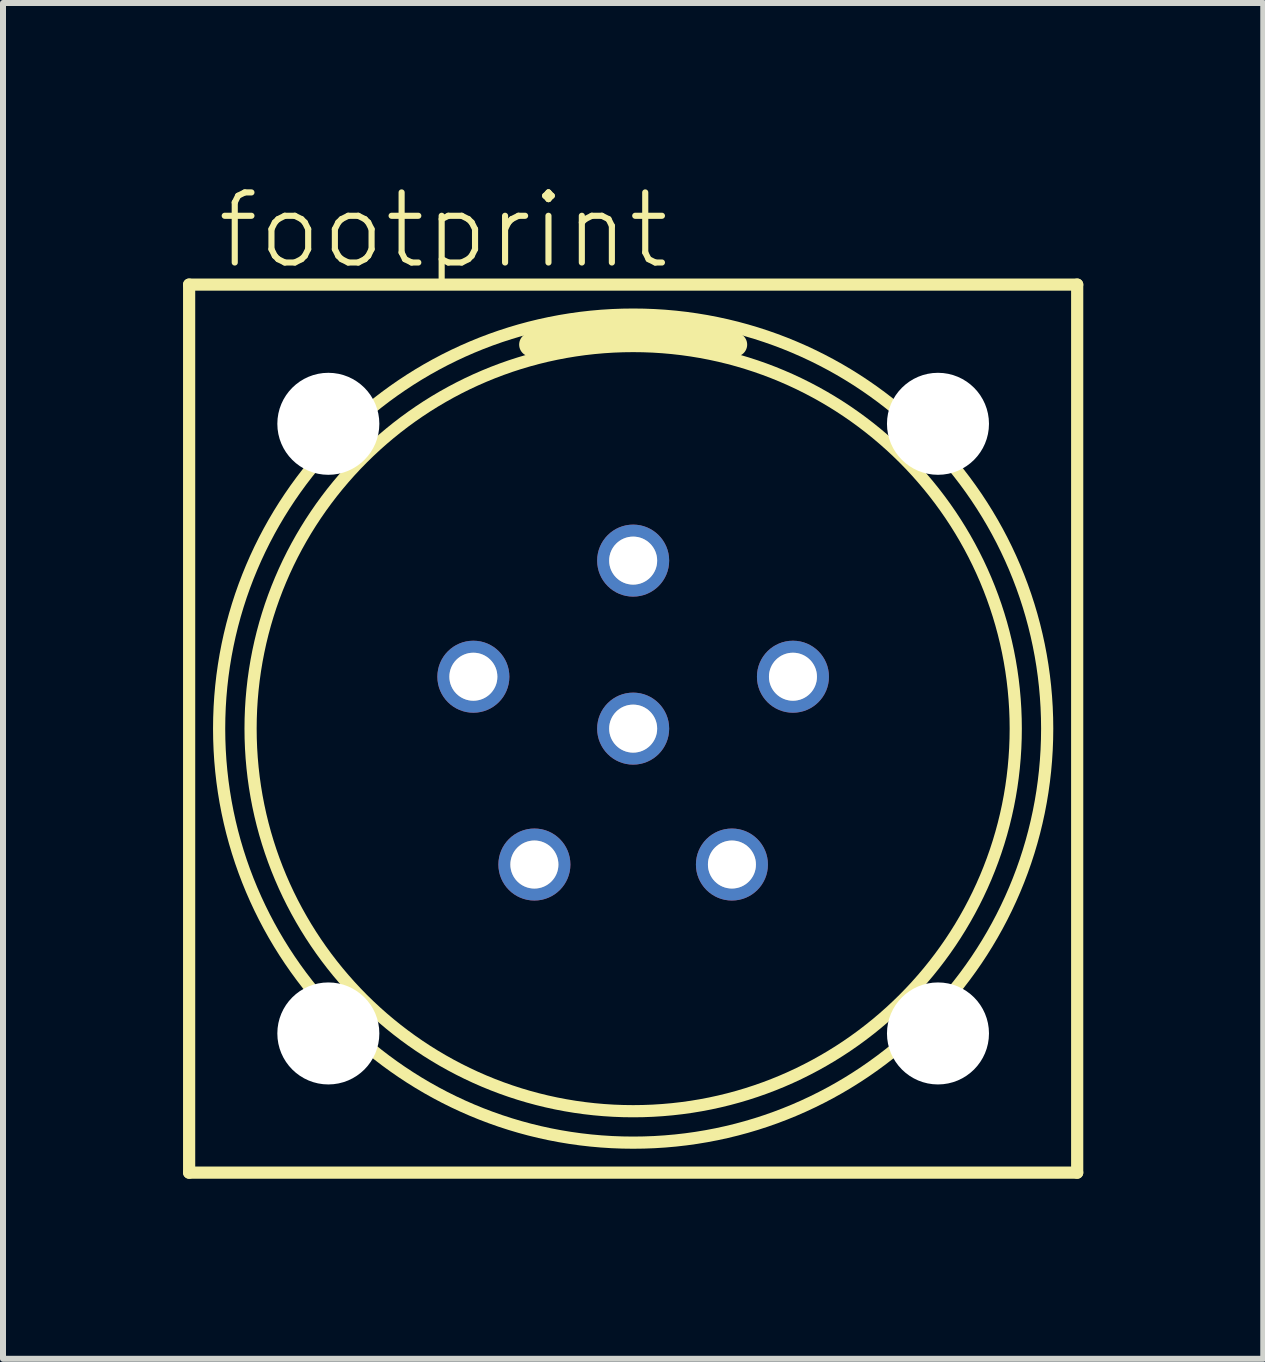
<source format=kicad_pcb>
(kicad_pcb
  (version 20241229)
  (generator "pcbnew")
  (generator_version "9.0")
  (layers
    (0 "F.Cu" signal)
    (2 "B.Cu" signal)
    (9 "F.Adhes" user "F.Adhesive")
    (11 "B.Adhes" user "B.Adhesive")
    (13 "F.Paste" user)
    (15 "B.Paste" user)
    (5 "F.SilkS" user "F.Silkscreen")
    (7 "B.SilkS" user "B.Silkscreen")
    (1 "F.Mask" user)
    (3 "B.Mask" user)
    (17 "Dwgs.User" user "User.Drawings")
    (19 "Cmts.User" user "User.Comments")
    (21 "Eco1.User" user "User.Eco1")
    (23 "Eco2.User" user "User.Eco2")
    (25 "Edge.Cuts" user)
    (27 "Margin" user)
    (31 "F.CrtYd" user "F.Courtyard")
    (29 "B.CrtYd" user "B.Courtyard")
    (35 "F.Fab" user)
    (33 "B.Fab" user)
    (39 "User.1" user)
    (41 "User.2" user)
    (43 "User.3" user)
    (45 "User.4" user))
  (footprint "footprint"
    (layer "F.Cu")
    (at 7.502 9.093)
    (property "Reference" "footprint" (at -6.985 -7.62 0) (layer "F.SilkS") (effects (font (size 1.168 1.168) (thickness 0.102)) (justify left bottom)))
    (fp_line (start -7.4 -7.4) (end 7.4 -7.4) (stroke (width 0.203) (type solid)) (layer "F.SilkS"))
    (fp_line (start -7.4 7.4) (end -7.4 -7.4) (stroke (width 0.203) (type solid)) (layer "F.SilkS"))
    (fp_line (start 7.4 -7.4) (end 7.4 7.4) (stroke (width 0.203) (type solid)) (layer "F.SilkS"))
    (fp_line (start 7.4 7.4) (end -7.4 7.4) (stroke (width 0.203) (type solid)) (layer "F.SilkS"))
    (fp_arc (start -1.7 -6.4) (mid 0 -6.650475) (end 1.700001 -6.4) (stroke (width 0.4) (type solid)) (layer "F.SilkS"))
    (fp_circle (center 0 0) (end 6.376 0) (stroke (width 0.203) (type solid)) (fill no) (layer "F.SilkS"))
    (fp_circle (center 0 0) (end 6.9 0) (stroke (width 0.203) (type solid)) (fill no) (layer "F.SilkS"))
    (fp_circle (center -2.663 -0.865) (end -2.365 -0.865) (stroke (width 0.203) (type solid)) (fill no) (layer "F.Fab"))
    (fp_circle (center -1.646 2.265) (end -1.347 2.265) (stroke (width 0.203) (type solid)) (fill no) (layer "F.Fab"))
    (fp_circle (center 0 -2.8) (end 0.298 -2.8) (stroke (width 0.203) (type solid)) (fill no) (layer "F.Fab"))
    (fp_circle (center 0 0) (end 0.298 0) (stroke (width 0.203) (type solid)) (fill no) (layer "F.Fab"))
    (fp_circle (center 1.646 2.265) (end 1.944 2.265) (stroke (width 0.203) (type solid)) (fill no) (layer "F.Fab"))
    (fp_circle (center 2.663 -0.865) (end 2.961 -0.865) (stroke (width 0.203) (type solid)) (fill no) (layer "F.Fab"))
    (pad "" np_thru_hole circle (at -5.08 -5.08) (size 1.7 1.7) (drill 1.7) (layers "*.Cu" "*.Mask"))
    (pad "" np_thru_hole circle (at -5.08 5.08) (size 1.7 1.7) (drill 1.7) (layers "*.Cu" "*.Mask"))
    (pad "" np_thru_hole circle (at 5.08 -5.08) (size 1.7 1.7) (drill 1.7) (layers "*.Cu" "*.Mask"))
    (pad "" np_thru_hole circle (at 5.08 5.08) (size 1.7 1.7) (drill 1.7) (layers "*.Cu" "*.Mask"))
    (pad "1" thru_hole circle (at 0 -2.8 90) (size 1.2 1.2) (drill 0.8) (layers "*.Cu" "*.Mask"))
    (pad "2" thru_hole circle (at -2.663 -0.865 162) (size 1.2 1.2) (drill 0.8) (layers "*.Cu" "*.Mask"))
    (pad "3" thru_hole circle (at -1.646 2.265 234) (size 1.2 1.2) (drill 0.8) (layers "*.Cu" "*.Mask"))
    (pad "4" thru_hole circle (at 1.646 2.265 306) (size 1.2 1.2) (drill 0.8) (layers "*.Cu" "*.Mask"))
    (pad "5" thru_hole circle (at 2.663 -0.865 18) (size 1.2 1.2) (drill 0.8) (layers "*.Cu" "*.Mask"))
    (pad "6" thru_hole circle (at 0 0) (size 1.2 1.2) (drill 0.8) (layers "*.Cu" "*.Mask")))
  (gr_rect
    (start -3 -3)
    (end 18.003 19.595)
    (stroke (width 0.1) (type default))
    (fill no)
    (layer "Edge.Cuts")))
</source>
